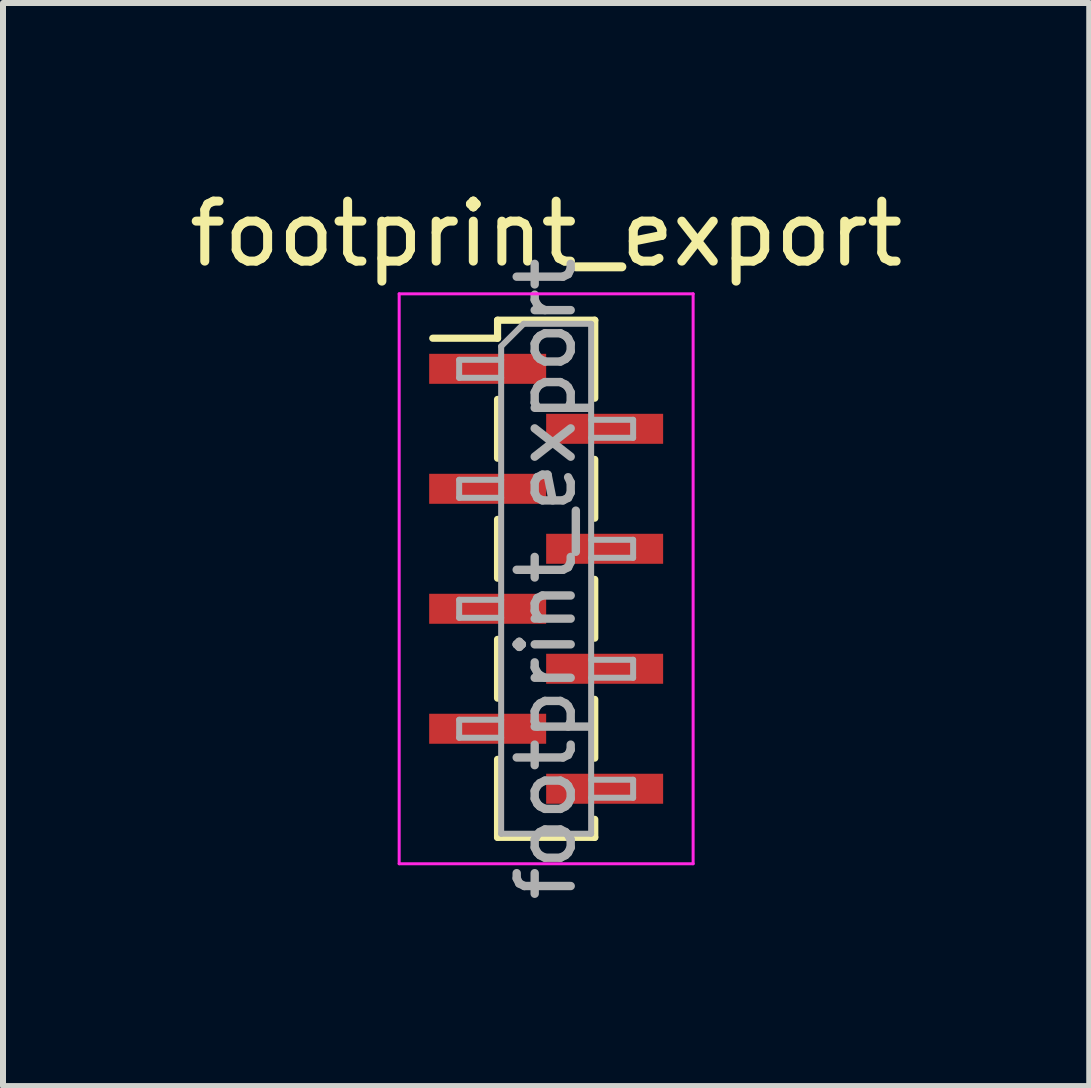
<source format=kicad_pcb>
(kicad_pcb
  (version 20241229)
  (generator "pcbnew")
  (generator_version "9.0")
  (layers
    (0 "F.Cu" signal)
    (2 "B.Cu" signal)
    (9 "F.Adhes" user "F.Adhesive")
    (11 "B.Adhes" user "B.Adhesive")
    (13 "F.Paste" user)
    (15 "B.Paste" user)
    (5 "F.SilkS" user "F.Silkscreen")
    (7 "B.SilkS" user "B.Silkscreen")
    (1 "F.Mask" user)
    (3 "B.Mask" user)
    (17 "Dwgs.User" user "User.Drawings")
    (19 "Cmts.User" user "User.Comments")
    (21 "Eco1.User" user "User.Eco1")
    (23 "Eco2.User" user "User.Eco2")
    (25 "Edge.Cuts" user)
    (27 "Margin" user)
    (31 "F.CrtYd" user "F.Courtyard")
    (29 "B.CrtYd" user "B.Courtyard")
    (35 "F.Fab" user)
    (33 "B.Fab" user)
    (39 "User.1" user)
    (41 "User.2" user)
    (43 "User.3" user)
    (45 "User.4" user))
  (footprint "footprint_export"
    (layer "F.Cu")
    (at 6.054 6.598)
    (property "Reference" "footprint_export" (at 0 -5.75 0) (layer "F.SilkS") (effects (font (size 1 1) (thickness 0.15))))
    (attr smd)
    (fp_line (start -1.89 -4.01) (end -0.81 -4.01) (stroke (width 0.12) (type solid)) (layer "F.SilkS"))
    (fp_line (start -0.81 -4.31) (end -0.81 -4.01) (stroke (width 0.12) (type solid)) (layer "F.SilkS"))
    (fp_line (start -0.81 -4.31) (end 0.81 -4.31) (stroke (width 0.12) (type solid)) (layer "F.SilkS"))
    (fp_line (start -0.81 -2.99) (end -0.81 -2.01) (stroke (width 0.12) (type solid)) (layer "F.SilkS"))
    (fp_line (start -0.81 -0.99) (end -0.81 -0.01) (stroke (width 0.12) (type solid)) (layer "F.SilkS"))
    (fp_line (start -0.81 1.01) (end -0.81 1.99) (stroke (width 0.12) (type solid)) (layer "F.SilkS"))
    (fp_line (start -0.81 3.01) (end -0.81 4.31) (stroke (width 0.12) (type solid)) (layer "F.SilkS"))
    (fp_line (start -0.81 4.31) (end 0.81 4.31) (stroke (width 0.12) (type solid)) (layer "F.SilkS"))
    (fp_line (start 0.81 -4.31) (end 0.81 -3.01) (stroke (width 0.12) (type solid)) (layer "F.SilkS"))
    (fp_line (start 0.81 -1.99) (end 0.81 -1.01) (stroke (width 0.12) (type solid)) (layer "F.SilkS"))
    (fp_line (start 0.81 0.01) (end 0.81 0.99) (stroke (width 0.12) (type solid)) (layer "F.SilkS"))
    (fp_line (start 0.81 2.01) (end 0.81 2.99) (stroke (width 0.12) (type solid)) (layer "F.SilkS"))
    (fp_line (start 0.81 4.01) (end 0.81 4.31) (stroke (width 0.12) (type solid)) (layer "F.SilkS"))
    (fp_line (start -2.45 -4.75) (end 2.45 -4.75) (stroke (width 0.05) (type solid)) (layer "F.CrtYd"))
    (fp_line (start -2.45 4.75) (end -2.45 -4.75) (stroke (width 0.05) (type solid)) (layer "F.CrtYd"))
    (fp_line (start 2.45 -4.75) (end 2.45 4.75) (stroke (width 0.05) (type solid)) (layer "F.CrtYd"))
    (fp_line (start 2.45 4.75) (end -2.45 4.75) (stroke (width 0.05) (type solid)) (layer "F.CrtYd"))
    (fp_line (start -1.45 -3.65) (end -0.75 -3.65) (stroke (width 0.1) (type solid)) (layer "F.Fab"))
    (fp_line (start -1.45 -3.35) (end -1.45 -3.65) (stroke (width 0.1) (type solid)) (layer "F.Fab"))
    (fp_line (start -1.45 -1.65) (end -0.75 -1.65) (stroke (width 0.1) (type solid)) (layer "F.Fab"))
    (fp_line (start -1.45 -1.35) (end -1.45 -1.65) (stroke (width 0.1) (type solid)) (layer "F.Fab"))
    (fp_line (start -1.45 0.35) (end -0.75 0.35) (stroke (width 0.1) (type solid)) (layer "F.Fab"))
    (fp_line (start -1.45 0.65) (end -1.45 0.35) (stroke (width 0.1) (type solid)) (layer "F.Fab"))
    (fp_line (start -1.45 2.35) (end -0.75 2.35) (stroke (width 0.1) (type solid)) (layer "F.Fab"))
    (fp_line (start -1.45 2.65) (end -1.45 2.35) (stroke (width 0.1) (type solid)) (layer "F.Fab"))
    (fp_line (start -0.75 -3.875) (end -0.375 -4.25) (stroke (width 0.1) (type solid)) (layer "F.Fab"))
    (fp_line (start -0.75 -3.35) (end -1.45 -3.35) (stroke (width 0.1) (type solid)) (layer "F.Fab"))
    (fp_line (start -0.75 -1.35) (end -1.45 -1.35) (stroke (width 0.1) (type solid)) (layer "F.Fab"))
    (fp_line (start -0.75 0.65) (end -1.45 0.65) (stroke (width 0.1) (type solid)) (layer "F.Fab"))
    (fp_line (start -0.75 2.65) (end -1.45 2.65) (stroke (width 0.1) (type solid)) (layer "F.Fab"))
    (fp_line (start -0.75 4.25) (end -0.75 -3.875) (stroke (width 0.1) (type solid)) (layer "F.Fab"))
    (fp_line (start -0.375 -4.25) (end 0.75 -4.25) (stroke (width 0.1) (type solid)) (layer "F.Fab"))
    (fp_line (start 0.75 -4.25) (end 0.75 4.25) (stroke (width 0.1) (type solid)) (layer "F.Fab"))
    (fp_line (start 0.75 -2.65) (end 1.45 -2.65) (stroke (width 0.1) (type solid)) (layer "F.Fab"))
    (fp_line (start 0.75 -0.65) (end 1.45 -0.65) (stroke (width 0.1) (type solid)) (layer "F.Fab"))
    (fp_line (start 0.75 1.35) (end 1.45 1.35) (stroke (width 0.1) (type solid)) (layer "F.Fab"))
    (fp_line (start 0.75 3.35) (end 1.45 3.35) (stroke (width 0.1) (type solid)) (layer "F.Fab"))
    (fp_line (start 0.75 4.25) (end -0.75 4.25) (stroke (width 0.1) (type solid)) (layer "F.Fab"))
    (fp_line (start 1.45 -2.65) (end 1.45 -2.35) (stroke (width 0.1) (type solid)) (layer "F.Fab"))
    (fp_line (start 1.45 -2.35) (end 0.75 -2.35) (stroke (width 0.1) (type solid)) (layer "F.Fab"))
    (fp_line (start 1.45 -0.65) (end 1.45 -0.35) (stroke (width 0.1) (type solid)) (layer "F.Fab"))
    (fp_line (start 1.45 -0.35) (end 0.75 -0.35) (stroke (width 0.1) (type solid)) (layer "F.Fab"))
    (fp_line (start 1.45 1.35) (end 1.45 1.65) (stroke (width 0.1) (type solid)) (layer "F.Fab"))
    (fp_line (start 1.45 1.65) (end 0.75 1.65) (stroke (width 0.1) (type solid)) (layer "F.Fab"))
    (fp_line (start 1.45 3.35) (end 1.45 3.65) (stroke (width 0.1) (type solid)) (layer "F.Fab"))
    (fp_line (start 1.45 3.65) (end 0.75 3.65) (stroke (width 0.1) (type solid)) (layer "F.Fab"))
    (fp_text user "${REFERENCE}" (at 0 0 90) (layer "F.Fab") (effects (font (size 0.9 0.9) (thickness 0.14))))
    (pad "1" smd rect (at -0.975 -3.5) (size 1.95 0.5) (layers "F.Cu" "F.Mask" "F.Paste"))
    (pad "2" smd rect (at 0.975 -2.5) (size 1.95 0.5) (layers "F.Cu" "F.Mask" "F.Paste"))
    (pad "3" smd rect (at -0.975 -1.5) (size 1.95 0.5) (layers "F.Cu" "F.Mask" "F.Paste"))
    (pad "4" smd rect (at 0.975 -0.5) (size 1.95 0.5) (layers "F.Cu" "F.Mask" "F.Paste"))
    (pad "5" smd rect (at -0.975 0.5) (size 1.95 0.5) (layers "F.Cu" "F.Mask" "F.Paste"))
    (pad "6" smd rect (at 0.975 1.5) (size 1.95 0.5) (layers "F.Cu" "F.Mask" "F.Paste"))
    (pad "7" smd rect (at -0.975 2.5) (size 1.95 0.5) (layers "F.Cu" "F.Mask" "F.Paste"))
    (pad "8" smd rect (at 0.975 3.5) (size 1.95 0.5) (layers "F.Cu" "F.Mask" "F.Paste")))
  (gr_rect
    (start -3 -3)
    (end 15.107 15.054)
    (stroke (width 0.1) (type default))
    (fill no)
    (layer "Edge.Cuts")))
</source>
